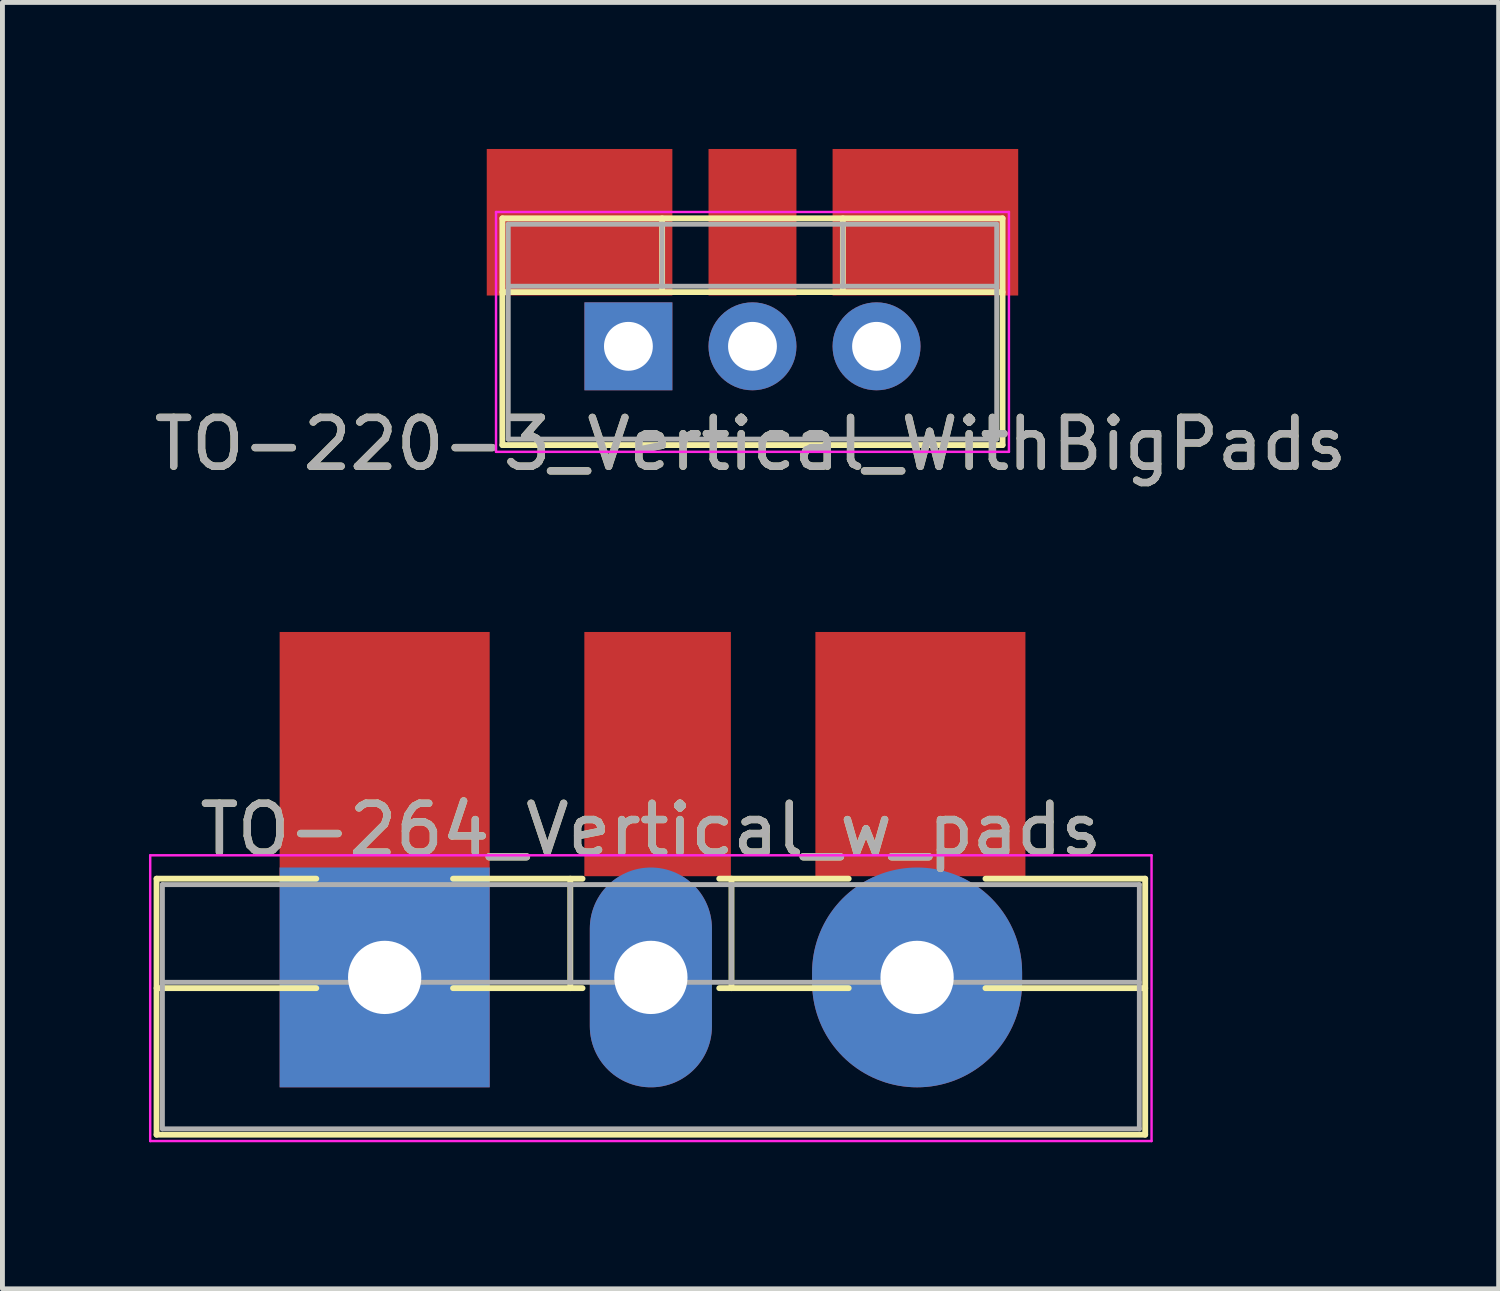
<source format=kicad_pcb>
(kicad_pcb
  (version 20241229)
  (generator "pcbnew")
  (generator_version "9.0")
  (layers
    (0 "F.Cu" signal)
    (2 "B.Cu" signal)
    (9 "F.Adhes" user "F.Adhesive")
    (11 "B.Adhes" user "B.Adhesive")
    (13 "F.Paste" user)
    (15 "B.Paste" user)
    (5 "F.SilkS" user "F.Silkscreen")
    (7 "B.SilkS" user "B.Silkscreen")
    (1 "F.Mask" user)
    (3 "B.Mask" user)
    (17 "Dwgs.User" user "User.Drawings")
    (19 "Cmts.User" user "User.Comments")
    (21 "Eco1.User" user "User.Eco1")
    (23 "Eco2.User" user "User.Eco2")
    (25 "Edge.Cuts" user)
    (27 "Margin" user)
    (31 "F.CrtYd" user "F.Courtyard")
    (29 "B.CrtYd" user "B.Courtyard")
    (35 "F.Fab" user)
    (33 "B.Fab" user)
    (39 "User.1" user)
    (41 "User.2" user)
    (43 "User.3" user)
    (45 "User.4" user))
  (footprint "TO-264_Vertical_w_pads"
    (layer "F.Cu")
    (at 4.825 16.96)
    (property "Reference" "TO-264_Vertical_w_pads" (at 5.45 -3.02 0) (layer "F.SilkS") (effects (font (size 1 1) (thickness 0.15))))
    (attr through_hole)
    (fp_line (start -4.67 -2.021) (end -4.67 3.22) (stroke (width 0.12) (type solid)) (layer "F.SilkS"))
    (fp_line (start -4.67 -2.021) (end -1.4 -2.021) (stroke (width 0.12) (type solid)) (layer "F.SilkS"))
    (fp_line (start -4.67 0.22) (end -1.4 0.22) (stroke (width 0.12) (type solid)) (layer "F.SilkS"))
    (fp_line (start -4.67 3.22) (end 15.57 3.22) (stroke (width 0.12) (type solid)) (layer "F.SilkS"))
    (fp_line (start 1.4 -2.021) (end 4.051 -2.021) (stroke (width 0.12) (type solid)) (layer "F.SilkS"))
    (fp_line (start 1.4 0.22) (end 4.051 0.22) (stroke (width 0.12) (type solid)) (layer "F.SilkS"))
    (fp_line (start 3.8 -2.021) (end 3.8 0.22) (stroke (width 0.12) (type solid)) (layer "F.SilkS"))
    (fp_line (start 6.85 -2.021) (end 9.5 -2.021) (stroke (width 0.12) (type solid)) (layer "F.SilkS"))
    (fp_line (start 6.85 0.22) (end 9.5 0.22) (stroke (width 0.12) (type solid)) (layer "F.SilkS"))
    (fp_line (start 7.1 -2.021) (end 7.1 0.22) (stroke (width 0.12) (type solid)) (layer "F.SilkS"))
    (fp_line (start 12.3 -2.021) (end 15.57 -2.021) (stroke (width 0.12) (type solid)) (layer "F.SilkS"))
    (fp_line (start 12.3 0.22) (end 15.57 0.22) (stroke (width 0.12) (type solid)) (layer "F.SilkS"))
    (fp_line (start 15.57 -2.021) (end 15.57 3.22) (stroke (width 0.12) (type solid)) (layer "F.SilkS"))
    (fp_line (start -4.8 -2.5) (end -4.8 3.35) (stroke (width 0.05) (type solid)) (layer "F.CrtYd"))
    (fp_line (start -4.8 3.35) (end 15.7 3.35) (stroke (width 0.05) (type solid)) (layer "F.CrtYd"))
    (fp_line (start 15.7 -2.5) (end -4.8 -2.5) (stroke (width 0.05) (type solid)) (layer "F.CrtYd"))
    (fp_line (start 15.7 3.35) (end 15.7 -2.5) (stroke (width 0.05) (type solid)) (layer "F.CrtYd"))
    (fp_line (start -4.55 -1.9) (end -4.55 3.1) (stroke (width 0.1) (type solid)) (layer "F.Fab"))
    (fp_line (start -4.55 0.1) (end 15.45 0.1) (stroke (width 0.1) (type solid)) (layer "F.Fab"))
    (fp_line (start -4.55 3.1) (end 15.45 3.1) (stroke (width 0.1) (type solid)) (layer "F.Fab"))
    (fp_line (start 3.8 -1.9) (end 3.8 0.1) (stroke (width 0.1) (type solid)) (layer "F.Fab"))
    (fp_line (start 7.1 -1.9) (end 7.1 0.1) (stroke (width 0.1) (type solid)) (layer "F.Fab"))
    (fp_line (start 15.45 -1.9) (end -4.55 -1.9) (stroke (width 0.1) (type solid)) (layer "F.Fab"))
    (fp_line (start 15.45 3.1) (end 15.45 -1.9) (stroke (width 0.1) (type solid)) (layer "F.Fab"))
    (fp_text user "${REFERENCE}" (at 5.45 -3.02 0) (layer "F.Fab") (effects (font (size 1 1) (thickness 0.15))))
    (pad "1" smd rect (at 0 -4.572) (size 4.3 5) (layers "F.Cu" "F.Mask" "F.Paste"))
    (pad "1" thru_hole rect (at 0 0) (size 4.3 4.5) (drill 1.5) (layers "*.Cu" "*.Mask"))
    (pad "2" thru_hole oval (at 5.45 0) (size 2.5 4.5) (drill 1.5) (layers "*.Cu" "*.Mask"))
    (pad "2" smd rect (at 5.588 -4.572) (size 3 5) (layers "F.Cu" "F.Mask" "F.Paste"))
    (pad "3" thru_hole oval (at 10.9 0) (size 4.3 4.5) (drill 1.5) (layers "*.Cu" "*.Mask"))
    (pad "3" smd rect (at 10.968 -4.572) (size 4.3 5) (layers "F.Cu" "F.Mask" "F.Paste")))
  (footprint "TO-220-3_Vertical_WithBigPads"
    (layer "F.Cu")
    (at 9.815 4.04)
    (property "Reference" "TO-220-3_Vertical_WithBigPads" (at 2.5 2 0) (layer "F.SilkS") (effects (font (size 1 1) (thickness 0.15))))
    (attr through_hole)
    (fp_line (start -2.58 -2.62) (end -2.58 2.021) (stroke (width 0.12) (type solid)) (layer "F.SilkS"))
    (fp_line (start -2.58 -2.62) (end 7.66 -2.62) (stroke (width 0.12) (type solid)) (layer "F.SilkS"))
    (fp_line (start -2.58 -1.11) (end 7.66 -1.11) (stroke (width 0.12) (type solid)) (layer "F.SilkS"))
    (fp_line (start -2.58 2.021) (end 7.66 2.021) (stroke (width 0.12) (type solid)) (layer "F.SilkS"))
    (fp_line (start 0.69 -2.62) (end 0.69 -1.11) (stroke (width 0.12) (type solid)) (layer "F.SilkS"))
    (fp_line (start 4.391 -2.62) (end 4.391 -1.11) (stroke (width 0.12) (type solid)) (layer "F.SilkS"))
    (fp_line (start 7.66 -2.62) (end 7.66 2.021) (stroke (width 0.12) (type solid)) (layer "F.SilkS"))
    (fp_line (start -2.71 -2.75) (end -2.71 2.16) (stroke (width 0.05) (type solid)) (layer "F.CrtYd"))
    (fp_line (start -2.71 2.16) (end 7.79 2.16) (stroke (width 0.05) (type solid)) (layer "F.CrtYd"))
    (fp_line (start 7.79 -2.75) (end -2.71 -2.75) (stroke (width 0.05) (type solid)) (layer "F.CrtYd"))
    (fp_line (start 7.79 2.16) (end 7.79 -2.75) (stroke (width 0.05) (type solid)) (layer "F.CrtYd"))
    (fp_line (start -2.46 -2.5) (end -2.46 1.9) (stroke (width 0.1) (type solid)) (layer "F.Fab"))
    (fp_line (start -2.46 -1.23) (end 7.54 -1.23) (stroke (width 0.1) (type solid)) (layer "F.Fab"))
    (fp_line (start -2.46 1.9) (end 7.54 1.9) (stroke (width 0.1) (type solid)) (layer "F.Fab"))
    (fp_line (start 0.69 -2.5) (end 0.69 -1.23) (stroke (width 0.1) (type solid)) (layer "F.Fab"))
    (fp_line (start 4.39 -2.5) (end 4.39 -1.23) (stroke (width 0.1) (type solid)) (layer "F.Fab"))
    (fp_line (start 7.54 -2.5) (end -2.46 -2.5) (stroke (width 0.1) (type solid)) (layer "F.Fab"))
    (fp_line (start 7.54 1.9) (end 7.54 -2.5) (stroke (width 0.1) (type solid)) (layer "F.Fab"))
    (fp_text user "${REFERENCE}" (at 2.5 2 0) (layer "F.Fab") (effects (font (size 1 1) (thickness 0.15))))
    (pad "1" smd rect (at -1 -2.54) (size 3.8 3) (layers "F.Cu" "F.Mask" "F.Paste"))
    (pad "1" thru_hole rect (at 0 0) (size 1.8 1.8) (drill 1) (layers "*.Cu" "*.Mask"))
    (pad "2" smd rect (at 2.54 -2.54) (size 1.8 3) (layers "F.Cu" "F.Mask" "F.Paste"))
    (pad "2" thru_hole oval (at 2.54 0) (size 1.8 1.8) (drill 1) (layers "*.Cu" "*.Mask"))
    (pad "3" thru_hole oval (at 5.08 0) (size 1.8 1.8) (drill 1) (layers "*.Cu" "*.Mask"))
    (pad "3" smd rect (at 6.08 -2.54) (size 3.8 3) (layers "F.Cu" "F.Mask" "F.Paste")))
  (gr_rect
    (start -3 -3)
    (end 27.631 23.335)
    (stroke (width 0.1) (type default))
    (fill no)
    (layer "Edge.Cuts")))
</source>
